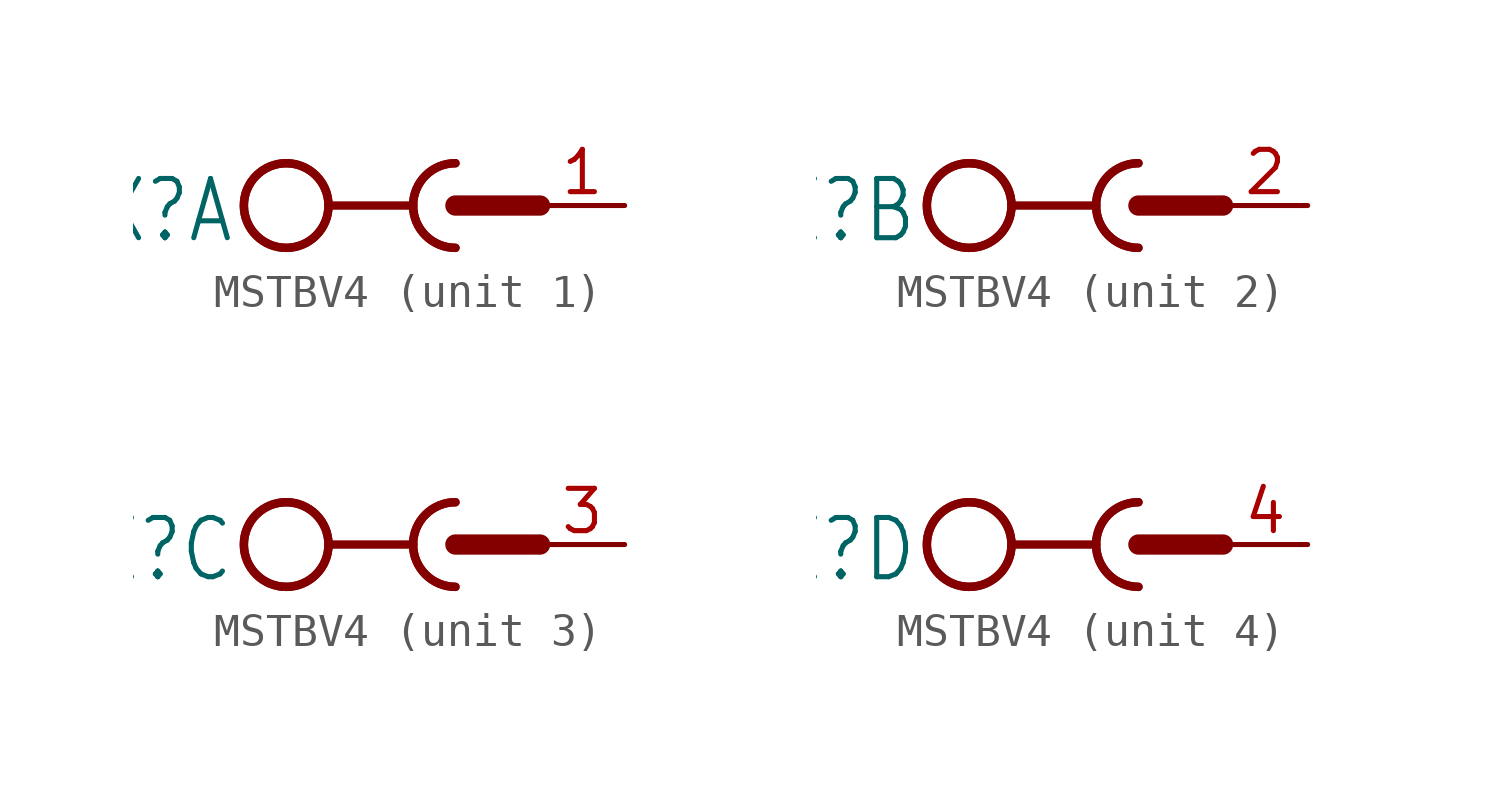
<source format=kicad_sym>
(kicad_symbol_lib
  (version 20231120)
  (generator "kicad_symbol_editor")
  (generator_version "8.0")
  (symbol "MSTBV4"
    (property "Reference" "X"
      (at -6.604 0.889 0)
      (effects (font (size 1.778 1.511)) (justify right top)))
    (property "ki_locked" ""
      (at 0 0 0)
      (effects (font (size 1.27 1.27))))
    (symbol "MSTBV4_1_0"
      (circle (center -5.08 0) (radius 1.27) (stroke (width 0.254) (type solid)) (fill (type none)))
      (circle (center -5.08 0) (radius 1.27) (stroke (width 0.254) (type solid)) (fill (type none)))
      (arc (start -1.27 0) (mid -0.898 -0.898) (end 0 -1.27) (stroke (width 0.254) (type solid)) (fill (type none)))
      (polyline (pts (xy -3.81 0) (xy -1.27 0)) (stroke (width 0.254) (type solid)) (fill (type none)))
      (polyline (pts (xy 0 0) (xy 2.54 0)) (stroke (width 0.61) (type solid)) (fill (type none)))
      (arc (start 0 1.27) (mid -0.898 0.898) (end -1.27 0) (stroke (width 0.254) (type solid)) (fill (type none)))
      (arc (start 0 1.27) (mid -1.27 0) (end 0 -1.27) (stroke (width 0.254) (type solid)) (fill (type none)))
      (pin passive line (at 5.08 0 180) (length 2.54) (name "1" (effects (font (size 0 0)))) (number "1" (effects (font (size 1.27 1.27))))))
    (symbol "MSTBV4_2_0"
      (circle (center -5.08 0) (radius 1.27) (stroke (width 0.254) (type solid)) (fill (type none)))
      (circle (center -5.08 0) (radius 1.27) (stroke (width 0.254) (type solid)) (fill (type none)))
      (arc (start -1.27 0) (mid -0.898 -0.898) (end 0 -1.27) (stroke (width 0.254) (type solid)) (fill (type none)))
      (polyline (pts (xy -3.81 0) (xy -1.27 0)) (stroke (width 0.254) (type solid)) (fill (type none)))
      (polyline (pts (xy 0 0) (xy 2.54 0)) (stroke (width 0.61) (type solid)) (fill (type none)))
      (arc (start 0 1.27) (mid -0.898 0.898) (end -1.27 0) (stroke (width 0.254) (type solid)) (fill (type none)))
      (arc (start 0 1.27) (mid -1.27 0) (end 0 -1.27) (stroke (width 0.254) (type solid)) (fill (type none)))
      (pin passive line (at 5.08 0 180) (length 2.54) (name "1" (effects (font (size 0 0)))) (number "2" (effects (font (size 1.27 1.27))))))
    (symbol "MSTBV4_3_0"
      (circle (center -5.08 0) (radius 1.27) (stroke (width 0.254) (type solid)) (fill (type none)))
      (circle (center -5.08 0) (radius 1.27) (stroke (width 0.254) (type solid)) (fill (type none)))
      (arc (start -1.27 0) (mid -0.898 -0.898) (end 0 -1.27) (stroke (width 0.254) (type solid)) (fill (type none)))
      (polyline (pts (xy -3.81 0) (xy -1.27 0)) (stroke (width 0.254) (type solid)) (fill (type none)))
      (polyline (pts (xy 0 0) (xy 2.54 0)) (stroke (width 0.61) (type solid)) (fill (type none)))
      (arc (start 0 1.27) (mid -0.898 0.898) (end -1.27 0) (stroke (width 0.254) (type solid)) (fill (type none)))
      (arc (start 0 1.27) (mid -1.27 0) (end 0 -1.27) (stroke (width 0.254) (type solid)) (fill (type none)))
      (pin passive line (at 5.08 0 180) (length 2.54) (name "1" (effects (font (size 0 0)))) (number "3" (effects (font (size 1.27 1.27))))))
    (symbol "MSTBV4_4_0"
      (circle (center -5.08 0) (radius 1.27) (stroke (width 0.254) (type solid)) (fill (type none)))
      (circle (center -5.08 0) (radius 1.27) (stroke (width 0.254) (type solid)) (fill (type none)))
      (arc (start -1.27 0) (mid -0.898 -0.898) (end 0 -1.27) (stroke (width 0.254) (type solid)) (fill (type none)))
      (polyline (pts (xy -3.81 0) (xy -1.27 0)) (stroke (width 0.254) (type solid)) (fill (type none)))
      (polyline (pts (xy 0 0) (xy 2.54 0)) (stroke (width 0.61) (type solid)) (fill (type none)))
      (arc (start 0 1.27) (mid -0.898 0.898) (end -1.27 0) (stroke (width 0.254) (type solid)) (fill (type none)))
      (arc (start 0 1.27) (mid -1.27 0) (end 0 -1.27) (stroke (width 0.254) (type solid)) (fill (type none)))
      (pin passive line (at 5.08 0 180) (length 2.54) (name "1" (effects (font (size 0 0)))) (number "4" (effects (font (size 1.27 1.27))))))))
</source>
